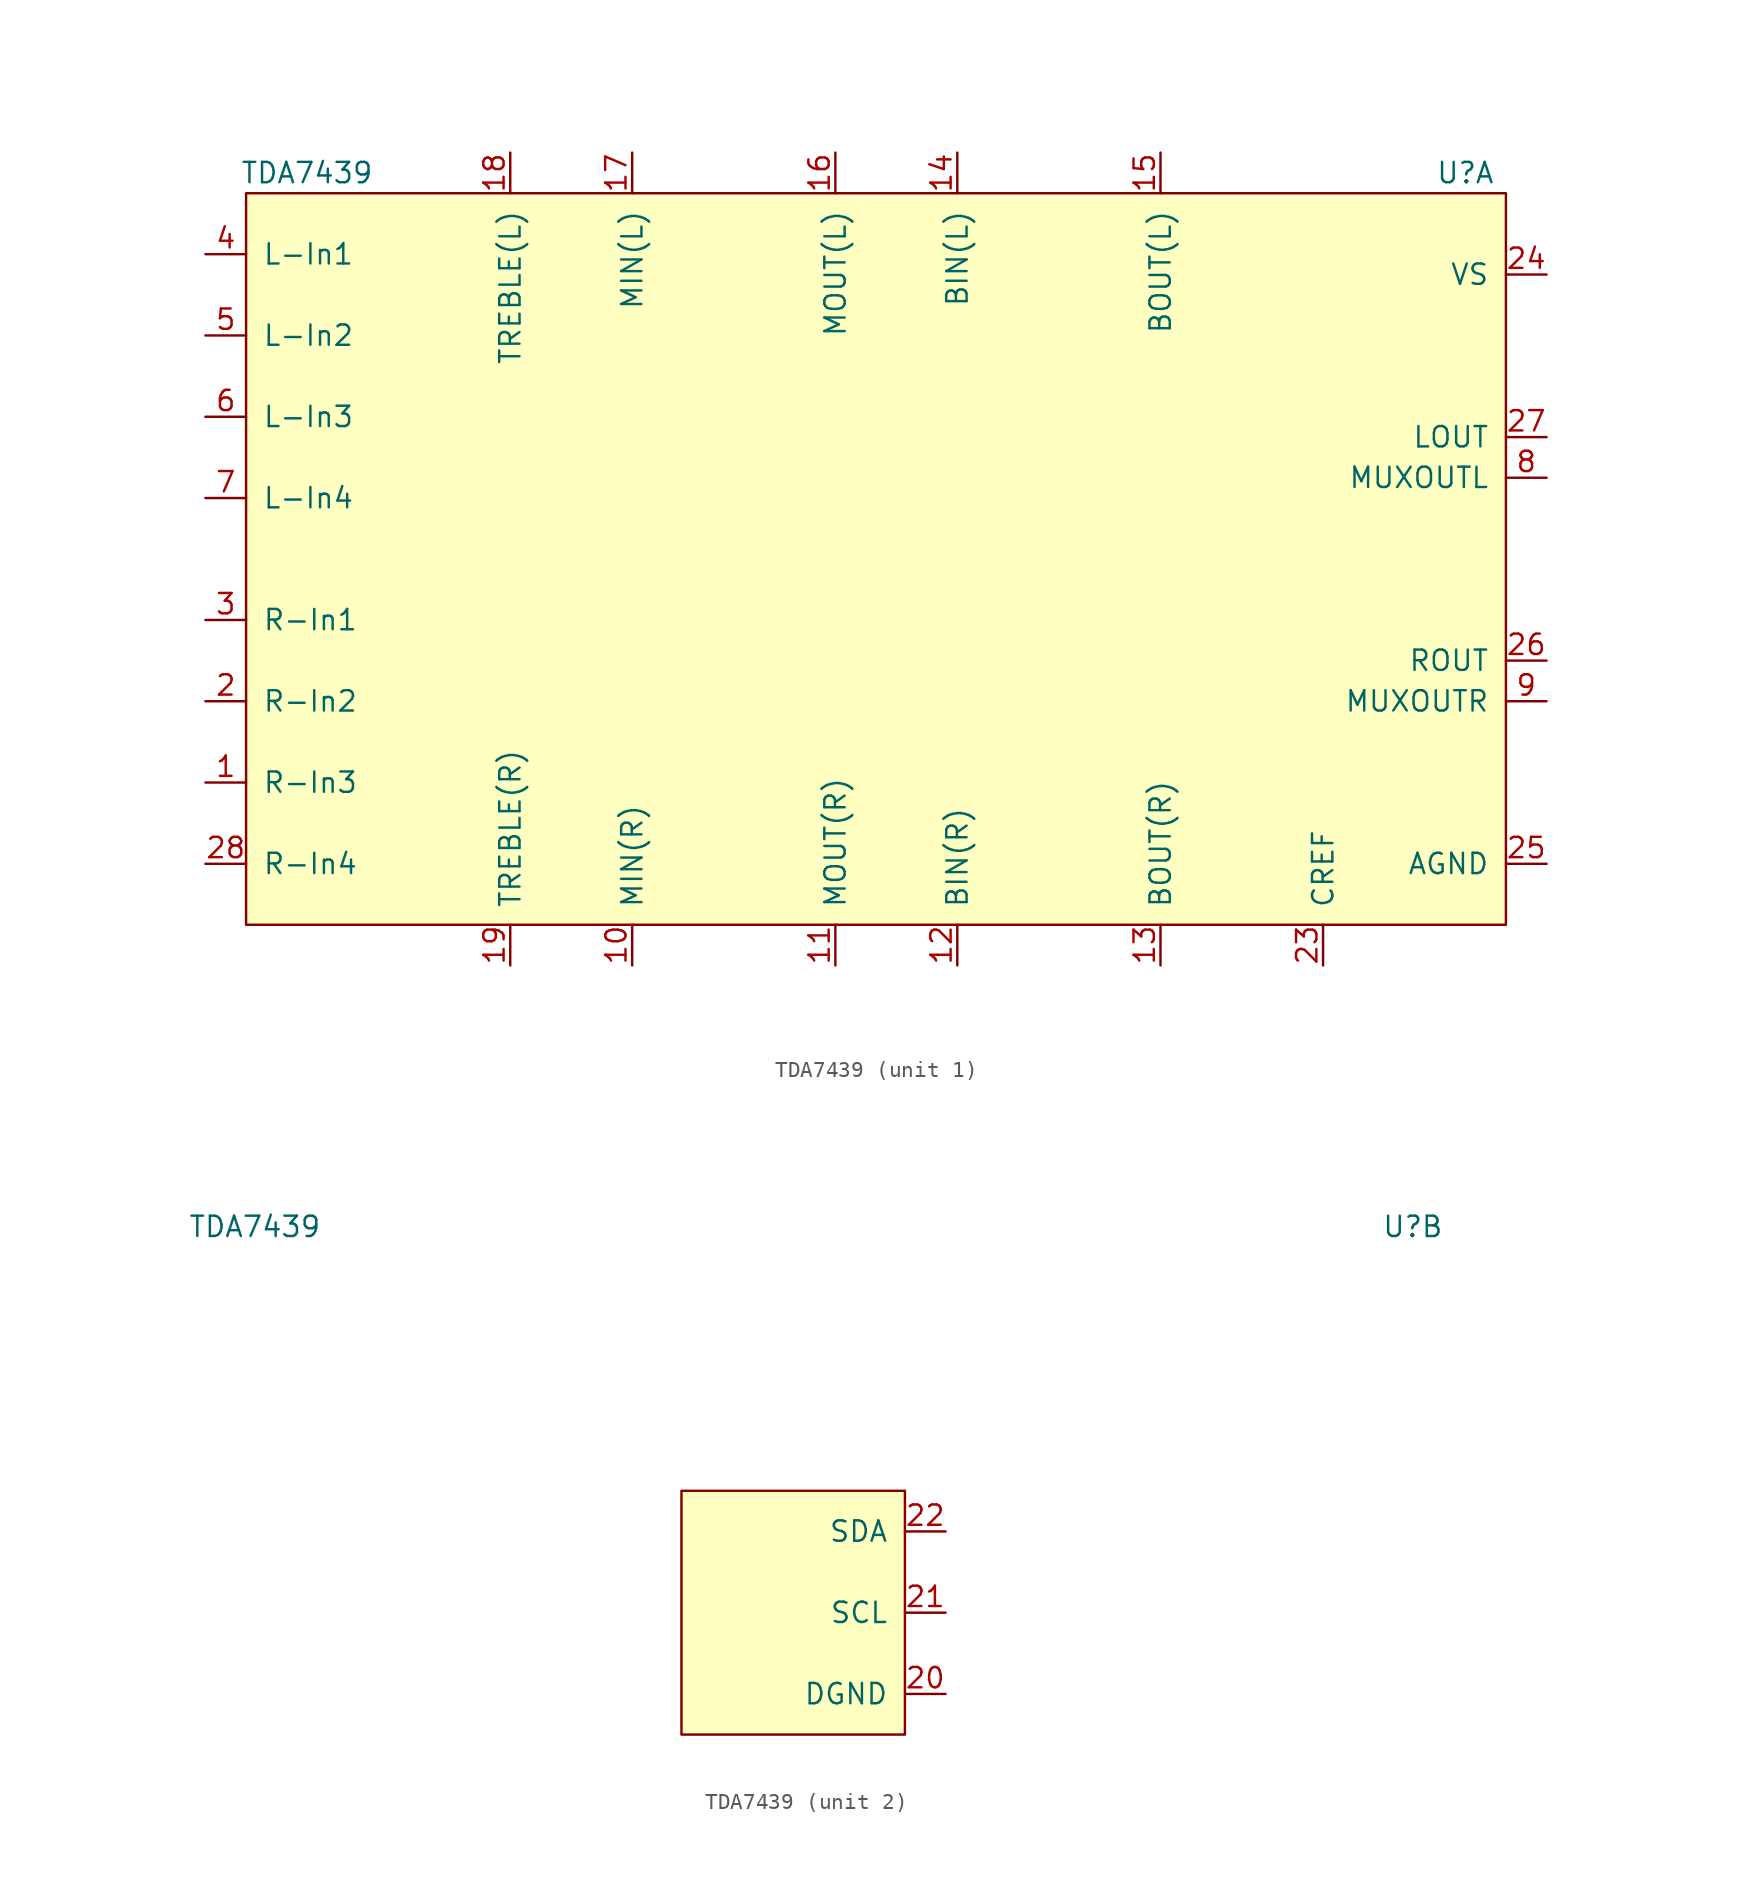
<source format=kicad_sym>
(kicad_symbol_lib
  (version 20201005)
  (generator kicad_symbol_editor)
  (symbol "TDA7439"
    (pin_names
      (offset 1.016))
    (property "Reference" "U"
      (at 39.37 24.13 0)
      (effects (font (size 1.27 1.27))))
    (property "Value" "TDA7439"
      (at -33.02 24.13 0)
      (effects (font (size 1.27 1.27))))
    (property "ki_locked" ""
      (at 0 0 0)
      (effects (font (size 1.27 1.27))))
    (symbol "TDA7439_1_1"
      (rectangle (start -36.83 22.86) (end 41.91 -22.86) (stroke (width 0)) (fill (type background)))
      (pin input line (at -39.37 -13.97 0) (length 2.54) (name "R-In3" (effects (font (size 1.27 1.27)))) (number "1" (effects (font (size 1.27 1.27)))))
      (pin passive line (at -12.7 -25.4 90) (length 2.54) (name "MIN(R)" (effects (font (size 1.27 1.27)))) (number "10" (effects (font (size 1.27 1.27)))))
      (pin passive line (at 0 -25.4 90) (length 2.54) (name "MOUT(R)" (effects (font (size 1.27 1.27)))) (number "11" (effects (font (size 1.27 1.27)))))
      (pin passive line (at 7.62 -25.4 90) (length 2.54) (name "BIN(R)" (effects (font (size 1.27 1.27)))) (number "12" (effects (font (size 1.27 1.27)))))
      (pin passive line (at 20.32 -25.4 90) (length 2.54) (name "BOUT(R)" (effects (font (size 1.27 1.27)))) (number "13" (effects (font (size 1.27 1.27)))))
      (pin passive line (at 7.62 25.4 270) (length 2.54) (name "BIN(L)" (effects (font (size 1.27 1.27)))) (number "14" (effects (font (size 1.27 1.27)))))
      (pin passive line (at 20.32 25.4 270) (length 2.54) (name "BOUT(L)" (effects (font (size 1.27 1.27)))) (number "15" (effects (font (size 1.27 1.27)))))
      (pin passive line (at 0 25.4 270) (length 2.54) (name "MOUT(L)" (effects (font (size 1.27 1.27)))) (number "16" (effects (font (size 1.27 1.27)))))
      (pin passive line (at -12.7 25.4 270) (length 2.54) (name "MIN(L)" (effects (font (size 1.27 1.27)))) (number "17" (effects (font (size 1.27 1.27)))))
      (pin passive line (at -20.32 25.4 270) (length 2.54) (name "TREBLE(L)" (effects (font (size 1.27 1.27)))) (number "18" (effects (font (size 1.27 1.27)))))
      (pin passive line (at -20.32 -25.4 90) (length 2.54) (name "TREBLE(R)" (effects (font (size 1.27 1.27)))) (number "19" (effects (font (size 1.27 1.27)))))
      (pin input line (at -39.37 -8.89 0) (length 2.54) (name "R-In2" (effects (font (size 1.27 1.27)))) (number "2" (effects (font (size 1.27 1.27)))))
      (pin passive line (at 30.48 -25.4 90) (length 2.54) (name "CREF" (effects (font (size 1.27 1.27)))) (number "23" (effects (font (size 1.27 1.27)))))
      (pin power_in line (at 44.45 17.78 180) (length 2.54) (name "VS" (effects (font (size 1.27 1.27)))) (number "24" (effects (font (size 1.27 1.27)))))
      (pin power_in line (at 44.45 -19.05 180) (length 2.54) (name "AGND" (effects (font (size 1.27 1.27)))) (number "25" (effects (font (size 1.27 1.27)))))
      (pin output line (at 44.45 -6.35 180) (length 2.54) (name "ROUT" (effects (font (size 1.27 1.27)))) (number "26" (effects (font (size 1.27 1.27)))))
      (pin output line (at 44.45 7.62 180) (length 2.54) (name "LOUT" (effects (font (size 1.27 1.27)))) (number "27" (effects (font (size 1.27 1.27)))))
      (pin input line (at -39.37 -19.05 0) (length 2.54) (name "R-In4" (effects (font (size 1.27 1.27)))) (number "28" (effects (font (size 1.27 1.27)))))
      (pin input line (at -39.37 -3.81 0) (length 2.54) (name "R-In1" (effects (font (size 1.27 1.27)))) (number "3" (effects (font (size 1.27 1.27)))))
      (pin input line (at -39.37 19.05 0) (length 2.54) (name "L-In1" (effects (font (size 1.27 1.27)))) (number "4" (effects (font (size 1.27 1.27)))))
      (pin input line (at -39.37 13.97 0) (length 2.54) (name "L-In2" (effects (font (size 1.27 1.27)))) (number "5" (effects (font (size 1.27 1.27)))))
      (pin input line (at -39.37 8.89 0) (length 2.54) (name "L-In3" (effects (font (size 1.27 1.27)))) (number "6" (effects (font (size 1.27 1.27)))))
      (pin input line (at -39.37 3.81 0) (length 2.54) (name "L-In4" (effects (font (size 1.27 1.27)))) (number "7" (effects (font (size 1.27 1.27)))))
      (pin output line (at 44.45 5.08 180) (length 2.54) (name "MUXOUTL" (effects (font (size 1.27 1.27)))) (number "8" (effects (font (size 1.27 1.27)))))
      (pin output line (at 44.45 -8.89 180) (length 2.54) (name "MUXOUTR" (effects (font (size 1.27 1.27)))) (number "9" (effects (font (size 1.27 1.27))))))
    (symbol "TDA7439_2_1"
      (rectangle (start 7.62 -7.62) (end -6.35 7.62) (stroke (width 0)) (fill (type background)))
      (pin power_in line (at 10.16 -5.08 180) (length 2.54) (name "DGND" (effects (font (size 1.27 1.27)))) (number "20" (effects (font (size 1.27 1.27)))))
      (pin open_collector line (at 10.16 0 180) (length 2.54) (name "SCL" (effects (font (size 1.27 1.27)))) (number "21" (effects (font (size 1.27 1.27)))))
      (pin open_collector line (at 10.16 5.08 180) (length 2.54) (name "SDA" (effects (font (size 1.27 1.27)))) (number "22" (effects (font (size 1.27 1.27))))))))
</source>
